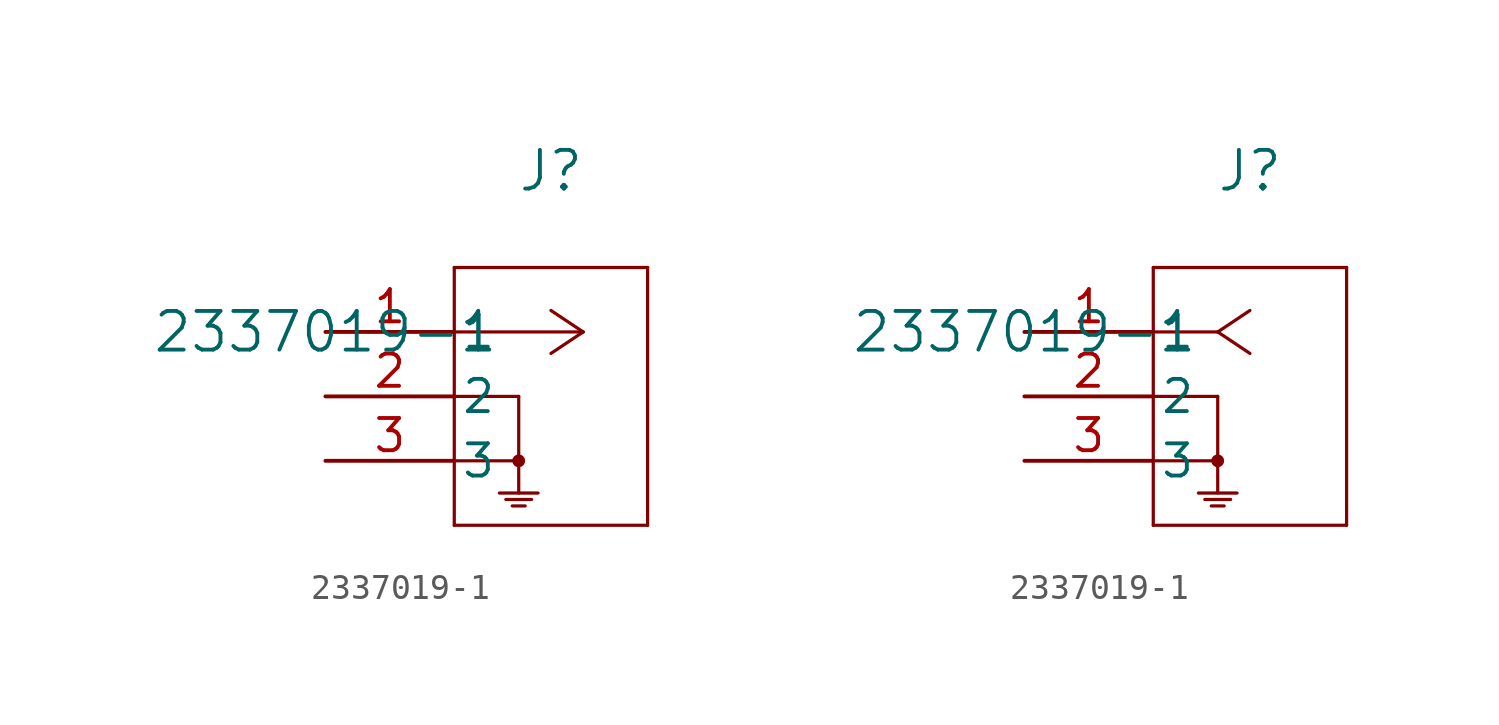
<source format=kicad_sym>
(kicad_symbol_lib
  (version 20211014)
  (generator kicad_symbol_editor)
  (symbol "2337019-1"
    (pin_names
      (offset 0.254))
    (property "Reference" "J"
      (at 8.89 6.35 0)
      (effects (font (size 1.524 1.524))))
    (property "Value" "2337019-1"
      (at 0 0 0)
      (effects (font (size 1.524 1.524))))
    (symbol "2337019-1_1_1"
      (polyline (pts (xy 10.16 0) (xy 5.08 0)) (stroke (width 0.127) (type default) (color 0 0 0 0)) (fill (type none)))
      (polyline (pts (xy 7.62 -2.54) (xy 5.08 -2.54)) (stroke (width 0.127) (type default) (color 0 0 0 0)) (fill (type none)))
      (polyline (pts (xy 7.62 -5.08) (xy 5.08 -5.08)) (stroke (width 0.127) (type default) (color 0 0 0 0)) (fill (type none)))
      (polyline (pts (xy 10.16 0) (xy 8.89 0.847)) (stroke (width 0.127) (type default) (color 0 0 0 0)) (fill (type none)))
      (polyline (pts (xy 7.366 -6.858) (xy 7.874 -6.858)) (stroke (width 0.127) (type default) (color 0 0 0 0)) (fill (type none)))
      (polyline (pts (xy 7.112 -6.604) (xy 8.128 -6.604)) (stroke (width 0.127) (type default) (color 0 0 0 0)) (fill (type none)))
      (polyline (pts (xy 10.16 0) (xy 8.89 -0.847)) (stroke (width 0.127) (type default) (color 0 0 0 0)) (fill (type none)))
      (polyline (pts (xy 8.382 -6.35) (xy 6.858 -6.35)) (stroke (width 0.127) (type default) (color 0 0 0 0)) (fill (type none)))
      (circle (center 7.62 -5.08) (radius 0.127) (stroke (width 0.254) (type default) (color 0 0 0 0)) (fill (type none)))
      (polyline (pts (xy 5.08 2.54) (xy 5.08 -7.62)) (stroke (width 0.127) (type default) (color 0 0 0 0)) (fill (type none)))
      (polyline (pts (xy 5.08 -7.62) (xy 12.7 -7.62)) (stroke (width 0.127) (type default) (color 0 0 0 0)) (fill (type none)))
      (polyline (pts (xy 12.7 -7.62) (xy 12.7 2.54)) (stroke (width 0.127) (type default) (color 0 0 0 0)) (fill (type none)))
      (polyline (pts (xy 12.7 2.54) (xy 5.08 2.54)) (stroke (width 0.127) (type default) (color 0 0 0 0)) (fill (type none)))
      (polyline (pts (xy 7.62 -2.54) (xy 7.62 -6.35)) (stroke (width 0.127) (type default) (color 0 0 0 0)) (fill (type none)))
      (pin unspecified line (at 0 0 0) (length 5.08) (name "1" (effects (font (size 1.27 1.27)))) (number "1" (effects (font (size 1.27 1.27)))))
      (pin unspecified line (at 0 -2.54 0) (length 5.08) (name "2" (effects (font (size 1.27 1.27)))) (number "2" (effects (font (size 1.27 1.27)))))
      (pin unspecified line (at 0 -5.08 0) (length 5.08) (name "3" (effects (font (size 1.27 1.27)))) (number "3" (effects (font (size 1.27 1.27))))))
    (symbol "2337019-1_1_2"
      (polyline (pts (xy 7.62 0) (xy 5.08 0)) (stroke (width 0.127) (type default) (color 0 0 0 0)) (fill (type none)))
      (polyline (pts (xy 7.62 -2.54) (xy 5.08 -2.54)) (stroke (width 0.127) (type default) (color 0 0 0 0)) (fill (type none)))
      (polyline (pts (xy 7.62 -5.08) (xy 5.08 -5.08)) (stroke (width 0.127) (type default) (color 0 0 0 0)) (fill (type none)))
      (polyline (pts (xy 7.62 0) (xy 8.89 0.847)) (stroke (width 0.127) (type default) (color 0 0 0 0)) (fill (type none)))
      (polyline (pts (xy 7.366 -6.858) (xy 7.874 -6.858)) (stroke (width 0.127) (type default) (color 0 0 0 0)) (fill (type none)))
      (polyline (pts (xy 7.112 -6.604) (xy 8.128 -6.604)) (stroke (width 0.127) (type default) (color 0 0 0 0)) (fill (type none)))
      (polyline (pts (xy 7.62 0) (xy 8.89 -0.847)) (stroke (width 0.127) (type default) (color 0 0 0 0)) (fill (type none)))
      (polyline (pts (xy 8.382 -6.35) (xy 6.858 -6.35)) (stroke (width 0.127) (type default) (color 0 0 0 0)) (fill (type none)))
      (polyline (pts (xy 7.62 -2.54) (xy 7.62 -6.35)) (stroke (width 0.127) (type default) (color 0 0 0 0)) (fill (type none)))
      (polyline (pts (xy 5.08 2.54) (xy 5.08 -7.62)) (stroke (width 0.127) (type default) (color 0 0 0 0)) (fill (type none)))
      (polyline (pts (xy 5.08 -7.62) (xy 12.7 -7.62)) (stroke (width 0.127) (type default) (color 0 0 0 0)) (fill (type none)))
      (polyline (pts (xy 12.7 -7.62) (xy 12.7 2.54)) (stroke (width 0.127) (type default) (color 0 0 0 0)) (fill (type none)))
      (polyline (pts (xy 12.7 2.54) (xy 5.08 2.54)) (stroke (width 0.127) (type default) (color 0 0 0 0)) (fill (type none)))
      (circle (center 7.62 -5.08) (radius 0.127) (stroke (width 0.254) (type default) (color 0 0 0 0)) (fill (type none)))
      (pin unspecified line (at 0 0 0) (length 5.08) (name "1" (effects (font (size 1.27 1.27)))) (number "1" (effects (font (size 1.27 1.27)))))
      (pin unspecified line (at 0 -2.54 0) (length 5.08) (name "2" (effects (font (size 1.27 1.27)))) (number "2" (effects (font (size 1.27 1.27)))))
      (pin unspecified line (at 0 -5.08 0) (length 5.08) (name "3" (effects (font (size 1.27 1.27)))) (number "3" (effects (font (size 1.27 1.27))))))))
</source>
